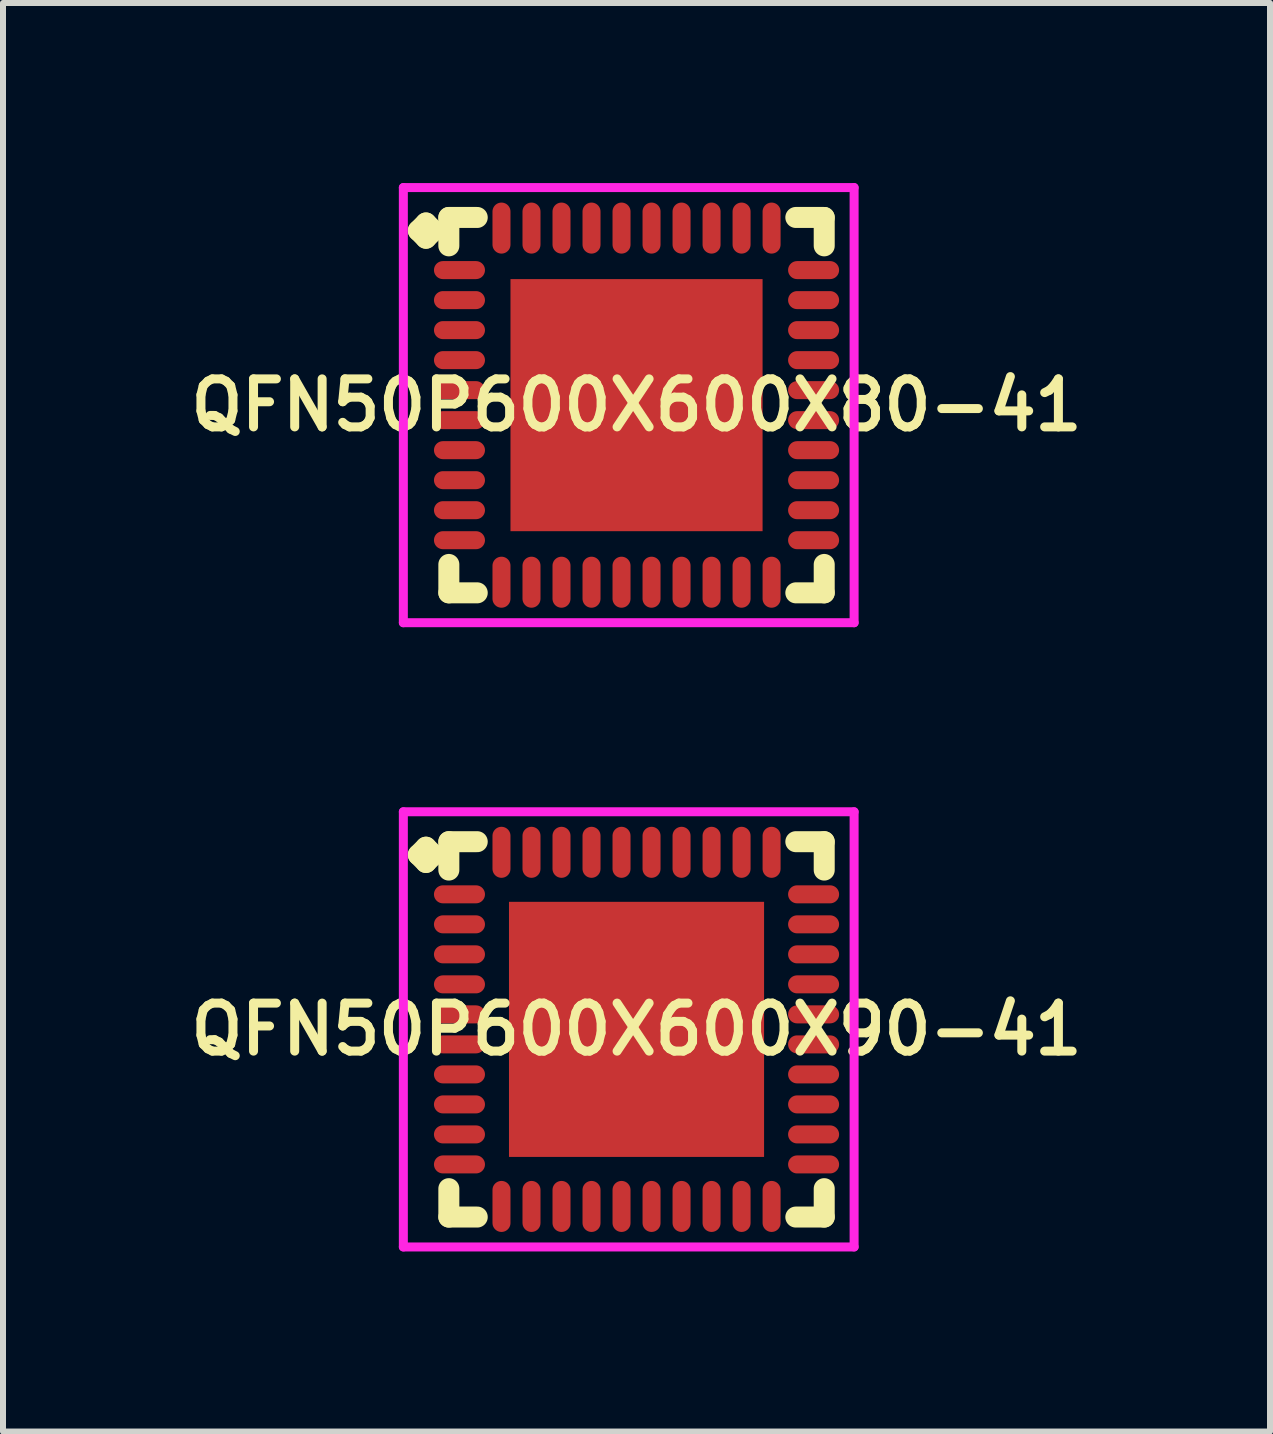
<source format=kicad_pcb>
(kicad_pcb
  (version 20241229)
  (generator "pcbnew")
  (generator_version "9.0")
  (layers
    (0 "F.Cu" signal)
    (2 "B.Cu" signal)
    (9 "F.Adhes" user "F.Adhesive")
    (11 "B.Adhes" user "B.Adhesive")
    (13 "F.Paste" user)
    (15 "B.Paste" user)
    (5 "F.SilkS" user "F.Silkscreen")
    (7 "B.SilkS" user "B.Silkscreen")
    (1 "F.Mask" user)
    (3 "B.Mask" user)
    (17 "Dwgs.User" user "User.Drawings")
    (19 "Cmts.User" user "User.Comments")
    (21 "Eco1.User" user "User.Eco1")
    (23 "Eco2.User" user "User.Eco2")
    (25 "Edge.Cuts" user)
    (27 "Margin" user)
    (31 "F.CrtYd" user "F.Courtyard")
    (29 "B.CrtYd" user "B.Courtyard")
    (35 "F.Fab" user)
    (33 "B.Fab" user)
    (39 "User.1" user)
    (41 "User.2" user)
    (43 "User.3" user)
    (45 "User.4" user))
  (footprint "QFN50P600X600X80-41"
    (layer "F.Cu")
    (at 7.555 3.7)
    (property "Reference" "QFN50P600X600X80-41" (at 0 0 0) (layer "F.SilkS") (effects (font (size 0.8 0.8) (thickness 0.15))))
    (attr smd)
    (fp_line (start -3.635 -2.908) (end -3.508 -3.035) (stroke (width 0.35) (type solid)) (layer "F.SilkS"))
    (fp_line (start -3.508 -3.035) (end -3.381 -2.908) (stroke (width 0.35) (type solid)) (layer "F.SilkS"))
    (fp_line (start -3.508 -2.781) (end -3.635 -2.908) (stroke (width 0.35) (type solid)) (layer "F.SilkS"))
    (fp_line (start -3.381 -2.908) (end -3.508 -2.781) (stroke (width 0.35) (type solid)) (layer "F.SilkS"))
    (fp_line (start -3.127 -3.127) (end -2.654 -3.127) (stroke (width 0.35) (type solid)) (layer "F.SilkS"))
    (fp_line (start -3.127 -2.654) (end -3.127 -3.127) (stroke (width 0.35) (type solid)) (layer "F.SilkS"))
    (fp_line (start -3.127 2.654) (end -3.127 3.127) (stroke (width 0.35) (type solid)) (layer "F.SilkS"))
    (fp_line (start -3.127 3.127) (end -2.654 3.127) (stroke (width 0.35) (type solid)) (layer "F.SilkS"))
    (fp_line (start 2.654 -3.127) (end 3.127 -3.127) (stroke (width 0.35) (type solid)) (layer "F.SilkS"))
    (fp_line (start 2.654 3.127) (end 3.127 3.127) (stroke (width 0.35) (type solid)) (layer "F.SilkS"))
    (fp_line (start 3.127 -3.127) (end 3.127 -2.654) (stroke (width 0.35) (type solid)) (layer "F.SilkS"))
    (fp_line (start 3.127 3.127) (end 3.127 2.654) (stroke (width 0.35) (type solid)) (layer "F.SilkS"))
    (fp_line (start -3.885 -3.625) (end 3.625 -3.625) (stroke (width 0.15) (type solid)) (layer "F.CrtYd"))
    (fp_line (start -3.885 3.625) (end -3.885 -3.625) (stroke (width 0.15) (type solid)) (layer "F.CrtYd"))
    (fp_line (start 3.625 -3.625) (end 3.625 3.625) (stroke (width 0.15) (type solid)) (layer "F.CrtYd"))
    (fp_line (start 3.625 3.625) (end -3.885 3.625) (stroke (width 0.15) (type solid)) (layer "F.CrtYd"))
    (pad "1" smd oval (at -2.95 -2.25) (size 0.85 0.3) (layers "F.Cu" "F.Mask" "F.Paste"))
    (pad "2" smd oval (at -2.95 -1.75) (size 0.85 0.3) (layers "F.Cu" "F.Mask" "F.Paste"))
    (pad "3" smd oval (at -2.95 -1.25) (size 0.85 0.3) (layers "F.Cu" "F.Mask" "F.Paste"))
    (pad "4" smd oval (at -2.95 -0.75) (size 0.85 0.3) (layers "F.Cu" "F.Mask" "F.Paste"))
    (pad "5" smd oval (at -2.95 -0.25) (size 0.85 0.3) (layers "F.Cu" "F.Mask" "F.Paste"))
    (pad "6" smd oval (at -2.95 0.25) (size 0.85 0.3) (layers "F.Cu" "F.Mask" "F.Paste"))
    (pad "7" smd oval (at -2.95 0.75) (size 0.85 0.3) (layers "F.Cu" "F.Mask" "F.Paste"))
    (pad "8" smd oval (at -2.95 1.25) (size 0.85 0.3) (layers "F.Cu" "F.Mask" "F.Paste"))
    (pad "9" smd oval (at -2.95 1.75) (size 0.85 0.3) (layers "F.Cu" "F.Mask" "F.Paste"))
    (pad "10" smd oval (at -2.95 2.25) (size 0.85 0.3) (layers "F.Cu" "F.Mask" "F.Paste"))
    (pad "11" smd oval (at -2.25 2.95) (size 0.3 0.85) (layers "F.Cu" "F.Mask" "F.Paste"))
    (pad "12" smd oval (at -1.75 2.95) (size 0.3 0.85) (layers "F.Cu" "F.Mask" "F.Paste"))
    (pad "13" smd oval (at -1.25 2.95) (size 0.3 0.85) (layers "F.Cu" "F.Mask" "F.Paste"))
    (pad "14" smd oval (at -0.75 2.95) (size 0.3 0.85) (layers "F.Cu" "F.Mask" "F.Paste"))
    (pad "15" smd oval (at -0.25 2.95) (size 0.3 0.85) (layers "F.Cu" "F.Mask" "F.Paste"))
    (pad "16" smd oval (at 0.25 2.95) (size 0.3 0.85) (layers "F.Cu" "F.Mask" "F.Paste"))
    (pad "17" smd oval (at 0.75 2.95) (size 0.3 0.85) (layers "F.Cu" "F.Mask" "F.Paste"))
    (pad "18" smd oval (at 1.25 2.95) (size 0.3 0.85) (layers "F.Cu" "F.Mask" "F.Paste"))
    (pad "19" smd oval (at 1.75 2.95) (size 0.3 0.85) (layers "F.Cu" "F.Mask" "F.Paste"))
    (pad "20" smd oval (at 2.25 2.95) (size 0.3 0.85) (layers "F.Cu" "F.Mask" "F.Paste"))
    (pad "21" smd oval (at 2.95 2.25) (size 0.85 0.3) (layers "F.Cu" "F.Mask" "F.Paste"))
    (pad "22" smd oval (at 2.95 1.75) (size 0.85 0.3) (layers "F.Cu" "F.Mask" "F.Paste"))
    (pad "23" smd oval (at 2.95 1.25) (size 0.85 0.3) (layers "F.Cu" "F.Mask" "F.Paste"))
    (pad "24" smd oval (at 2.95 0.75) (size 0.85 0.3) (layers "F.Cu" "F.Mask" "F.Paste"))
    (pad "25" smd oval (at 2.95 0.25) (size 0.85 0.3) (layers "F.Cu" "F.Mask" "F.Paste"))
    (pad "26" smd oval (at 2.95 -0.25) (size 0.85 0.3) (layers "F.Cu" "F.Mask" "F.Paste"))
    (pad "27" smd oval (at 2.95 -0.75) (size 0.85 0.3) (layers "F.Cu" "F.Mask" "F.Paste"))
    (pad "28" smd oval (at 2.95 -1.25) (size 0.85 0.3) (layers "F.Cu" "F.Mask" "F.Paste"))
    (pad "29" smd oval (at 2.95 -1.75) (size 0.85 0.3) (layers "F.Cu" "F.Mask" "F.Paste"))
    (pad "30" smd oval (at 2.95 -2.25) (size 0.85 0.3) (layers "F.Cu" "F.Mask" "F.Paste"))
    (pad "31" smd oval (at 2.25 -2.95) (size 0.3 0.85) (layers "F.Cu" "F.Mask" "F.Paste"))
    (pad "32" smd oval (at 1.75 -2.95) (size 0.3 0.85) (layers "F.Cu" "F.Mask" "F.Paste"))
    (pad "33" smd oval (at 1.25 -2.95) (size 0.3 0.85) (layers "F.Cu" "F.Mask" "F.Paste"))
    (pad "34" smd oval (at 0.75 -2.95) (size 0.3 0.85) (layers "F.Cu" "F.Mask" "F.Paste"))
    (pad "35" smd oval (at 0.25 -2.95) (size 0.3 0.85) (layers "F.Cu" "F.Mask" "F.Paste"))
    (pad "36" smd oval (at -0.25 -2.95) (size 0.3 0.85) (layers "F.Cu" "F.Mask" "F.Paste"))
    (pad "37" smd oval (at -0.75 -2.95) (size 0.3 0.85) (layers "F.Cu" "F.Mask" "F.Paste"))
    (pad "38" smd oval (at -1.25 -2.95) (size 0.3 0.85) (layers "F.Cu" "F.Mask" "F.Paste"))
    (pad "39" smd oval (at -1.75 -2.95) (size 0.3 0.85) (layers "F.Cu" "F.Mask" "F.Paste"))
    (pad "40" smd oval (at -2.25 -2.95) (size 0.3 0.85) (layers "F.Cu" "F.Mask" "F.Paste"))
    (pad "41" smd rect (at 0 0) (size 4.2 4.2) (layers "F.Cu" "F.Mask" "F.Paste")))
  (footprint "QFN50P600X600X90-41"
    (layer "F.Cu")
    (at 7.555 14.1)
    (property "Reference" "QFN50P600X600X90-41" (at 0 0 0) (layer "F.SilkS") (effects (font (size 0.8 0.8) (thickness 0.15))))
    (attr smd)
    (fp_line (start -3.635 -2.908) (end -3.508 -3.035) (stroke (width 0.35) (type solid)) (layer "F.SilkS"))
    (fp_line (start -3.508 -3.035) (end -3.381 -2.908) (stroke (width 0.35) (type solid)) (layer "F.SilkS"))
    (fp_line (start -3.508 -2.781) (end -3.635 -2.908) (stroke (width 0.35) (type solid)) (layer "F.SilkS"))
    (fp_line (start -3.381 -2.908) (end -3.508 -2.781) (stroke (width 0.35) (type solid)) (layer "F.SilkS"))
    (fp_line (start -3.127 -3.127) (end -2.654 -3.127) (stroke (width 0.35) (type solid)) (layer "F.SilkS"))
    (fp_line (start -3.127 -2.654) (end -3.127 -3.127) (stroke (width 0.35) (type solid)) (layer "F.SilkS"))
    (fp_line (start -3.127 2.654) (end -3.127 3.127) (stroke (width 0.35) (type solid)) (layer "F.SilkS"))
    (fp_line (start -3.127 3.127) (end -2.654 3.127) (stroke (width 0.35) (type solid)) (layer "F.SilkS"))
    (fp_line (start 2.654 -3.127) (end 3.127 -3.127) (stroke (width 0.35) (type solid)) (layer "F.SilkS"))
    (fp_line (start 2.654 3.127) (end 3.127 3.127) (stroke (width 0.35) (type solid)) (layer "F.SilkS"))
    (fp_line (start 3.127 -3.127) (end 3.127 -2.654) (stroke (width 0.35) (type solid)) (layer "F.SilkS"))
    (fp_line (start 3.127 3.127) (end 3.127 2.654) (stroke (width 0.35) (type solid)) (layer "F.SilkS"))
    (fp_line (start -3.885 -3.625) (end 3.625 -3.625) (stroke (width 0.15) (type solid)) (layer "F.CrtYd"))
    (fp_line (start -3.885 3.625) (end -3.885 -3.625) (stroke (width 0.15) (type solid)) (layer "F.CrtYd"))
    (fp_line (start 3.625 -3.625) (end 3.625 3.625) (stroke (width 0.15) (type solid)) (layer "F.CrtYd"))
    (fp_line (start 3.625 3.625) (end -3.885 3.625) (stroke (width 0.15) (type solid)) (layer "F.CrtYd"))
    (pad "1" smd oval (at -2.95 -2.25) (size 0.85 0.3) (layers "F.Cu" "F.Mask" "F.Paste"))
    (pad "2" smd oval (at -2.95 -1.75) (size 0.85 0.3) (layers "F.Cu" "F.Mask" "F.Paste"))
    (pad "3" smd oval (at -2.95 -1.25) (size 0.85 0.3) (layers "F.Cu" "F.Mask" "F.Paste"))
    (pad "4" smd oval (at -2.95 -0.75) (size 0.85 0.3) (layers "F.Cu" "F.Mask" "F.Paste"))
    (pad "5" smd oval (at -2.95 -0.25) (size 0.85 0.3) (layers "F.Cu" "F.Mask" "F.Paste"))
    (pad "6" smd oval (at -2.95 0.25) (size 0.85 0.3) (layers "F.Cu" "F.Mask" "F.Paste"))
    (pad "7" smd oval (at -2.95 0.75) (size 0.85 0.3) (layers "F.Cu" "F.Mask" "F.Paste"))
    (pad "8" smd oval (at -2.95 1.25) (size 0.85 0.3) (layers "F.Cu" "F.Mask" "F.Paste"))
    (pad "9" smd oval (at -2.95 1.75) (size 0.85 0.3) (layers "F.Cu" "F.Mask" "F.Paste"))
    (pad "10" smd oval (at -2.95 2.25) (size 0.85 0.3) (layers "F.Cu" "F.Mask" "F.Paste"))
    (pad "11" smd oval (at -2.25 2.95) (size 0.3 0.85) (layers "F.Cu" "F.Mask" "F.Paste"))
    (pad "12" smd oval (at -1.75 2.95) (size 0.3 0.85) (layers "F.Cu" "F.Mask" "F.Paste"))
    (pad "13" smd oval (at -1.25 2.95) (size 0.3 0.85) (layers "F.Cu" "F.Mask" "F.Paste"))
    (pad "14" smd oval (at -0.75 2.95) (size 0.3 0.85) (layers "F.Cu" "F.Mask" "F.Paste"))
    (pad "15" smd oval (at -0.25 2.95) (size 0.3 0.85) (layers "F.Cu" "F.Mask" "F.Paste"))
    (pad "16" smd oval (at 0.25 2.95) (size 0.3 0.85) (layers "F.Cu" "F.Mask" "F.Paste"))
    (pad "17" smd oval (at 0.75 2.95) (size 0.3 0.85) (layers "F.Cu" "F.Mask" "F.Paste"))
    (pad "18" smd oval (at 1.25 2.95) (size 0.3 0.85) (layers "F.Cu" "F.Mask" "F.Paste"))
    (pad "19" smd oval (at 1.75 2.95) (size 0.3 0.85) (layers "F.Cu" "F.Mask" "F.Paste"))
    (pad "20" smd oval (at 2.25 2.95) (size 0.3 0.85) (layers "F.Cu" "F.Mask" "F.Paste"))
    (pad "21" smd oval (at 2.95 2.25) (size 0.85 0.3) (layers "F.Cu" "F.Mask" "F.Paste"))
    (pad "22" smd oval (at 2.95 1.75) (size 0.85 0.3) (layers "F.Cu" "F.Mask" "F.Paste"))
    (pad "23" smd oval (at 2.95 1.25) (size 0.85 0.3) (layers "F.Cu" "F.Mask" "F.Paste"))
    (pad "24" smd oval (at 2.95 0.75) (size 0.85 0.3) (layers "F.Cu" "F.Mask" "F.Paste"))
    (pad "25" smd oval (at 2.95 0.25) (size 0.85 0.3) (layers "F.Cu" "F.Mask" "F.Paste"))
    (pad "26" smd oval (at 2.95 -0.25) (size 0.85 0.3) (layers "F.Cu" "F.Mask" "F.Paste"))
    (pad "27" smd oval (at 2.95 -0.75) (size 0.85 0.3) (layers "F.Cu" "F.Mask" "F.Paste"))
    (pad "28" smd oval (at 2.95 -1.25) (size 0.85 0.3) (layers "F.Cu" "F.Mask" "F.Paste"))
    (pad "29" smd oval (at 2.95 -1.75) (size 0.85 0.3) (layers "F.Cu" "F.Mask" "F.Paste"))
    (pad "30" smd oval (at 2.95 -2.25) (size 0.85 0.3) (layers "F.Cu" "F.Mask" "F.Paste"))
    (pad "31" smd oval (at 2.25 -2.95) (size 0.3 0.85) (layers "F.Cu" "F.Mask" "F.Paste"))
    (pad "32" smd oval (at 1.75 -2.95) (size 0.3 0.85) (layers "F.Cu" "F.Mask" "F.Paste"))
    (pad "33" smd oval (at 1.25 -2.95) (size 0.3 0.85) (layers "F.Cu" "F.Mask" "F.Paste"))
    (pad "34" smd oval (at 0.75 -2.95) (size 0.3 0.85) (layers "F.Cu" "F.Mask" "F.Paste"))
    (pad "35" smd oval (at 0.25 -2.95) (size 0.3 0.85) (layers "F.Cu" "F.Mask" "F.Paste"))
    (pad "36" smd oval (at -0.25 -2.95) (size 0.3 0.85) (layers "F.Cu" "F.Mask" "F.Paste"))
    (pad "37" smd oval (at -0.75 -2.95) (size 0.3 0.85) (layers "F.Cu" "F.Mask" "F.Paste"))
    (pad "38" smd oval (at -1.25 -2.95) (size 0.3 0.85) (layers "F.Cu" "F.Mask" "F.Paste"))
    (pad "39" smd oval (at -1.75 -2.95) (size 0.3 0.85) (layers "F.Cu" "F.Mask" "F.Paste"))
    (pad "40" smd oval (at -2.25 -2.95) (size 0.3 0.85) (layers "F.Cu" "F.Mask" "F.Paste"))
    (pad "41" smd rect (at 0 0) (size 4.25 4.25) (layers "F.Cu" "F.Mask" "F.Paste")))
  (gr_rect
    (start -3 -3)
    (end 18.109 20.8)
    (stroke (width 0.1) (type default))
    (fill no)
    (layer "Edge.Cuts")))
</source>
